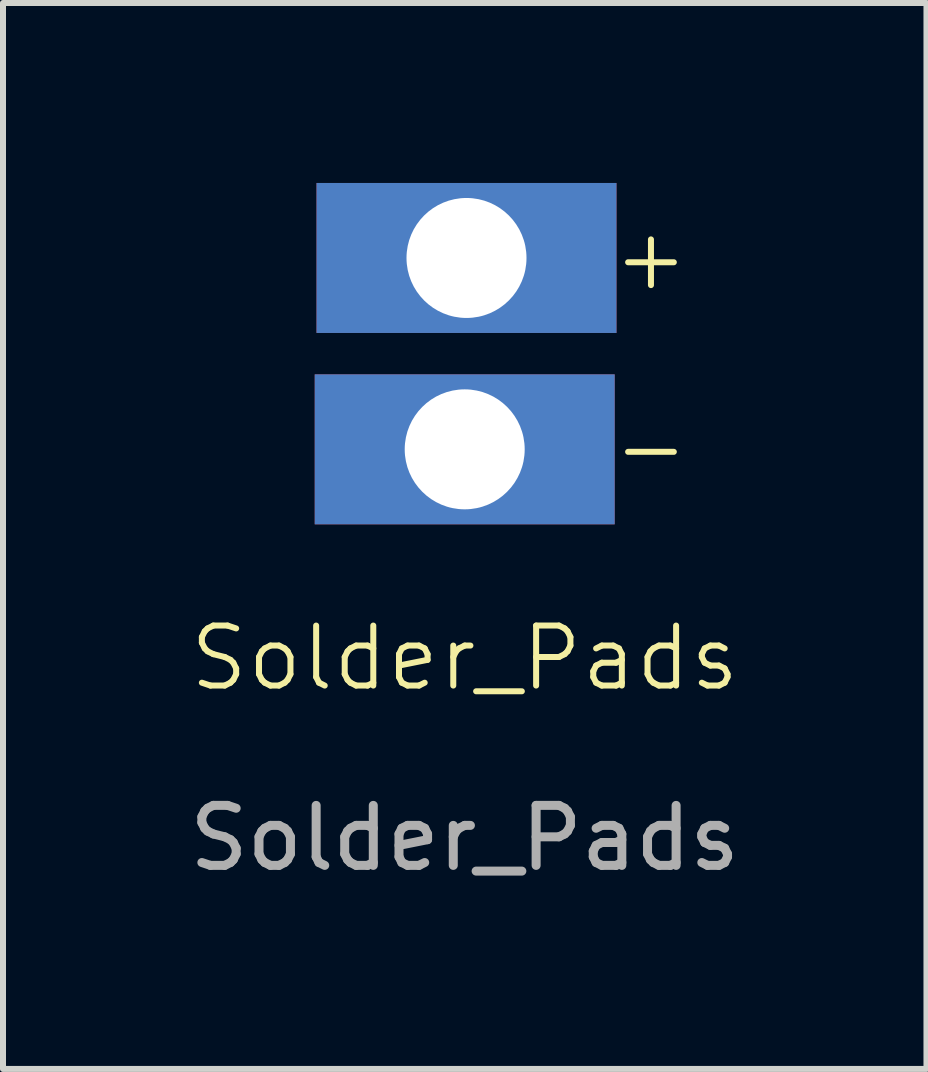
<source format=kicad_pcb>
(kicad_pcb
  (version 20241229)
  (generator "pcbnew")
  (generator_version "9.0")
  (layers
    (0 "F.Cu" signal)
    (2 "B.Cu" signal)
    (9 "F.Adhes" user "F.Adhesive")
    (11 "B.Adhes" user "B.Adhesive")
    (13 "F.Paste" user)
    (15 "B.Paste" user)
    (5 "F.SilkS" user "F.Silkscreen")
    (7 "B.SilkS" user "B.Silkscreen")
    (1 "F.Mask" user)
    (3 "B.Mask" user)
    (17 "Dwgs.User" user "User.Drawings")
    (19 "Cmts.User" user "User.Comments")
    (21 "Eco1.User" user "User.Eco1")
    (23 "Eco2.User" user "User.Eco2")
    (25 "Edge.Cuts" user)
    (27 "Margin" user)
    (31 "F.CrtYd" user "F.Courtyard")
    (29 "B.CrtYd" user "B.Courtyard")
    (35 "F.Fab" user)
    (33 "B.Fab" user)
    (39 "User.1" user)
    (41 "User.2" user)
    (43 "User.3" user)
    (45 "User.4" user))
  (footprint "Solder_Pads"
    (layer "F.Cu")
    (at 4.696 8.42)
    (property "Reference" "Solder_Pads" (at 0 -0.5 0) (unlocked yes) (layer "F.SilkS") (effects (font (size 1 1) (thickness 0.1))))
    (attr through_hole)
    (fp_text user "-" (at 2.42 -3.43 0) (unlocked yes) (layer "F.SilkS") (effects (font (size 1 1) (thickness 0.1)) (justify left bottom)))
    (fp_text user "+" (at 2.42 -6.59 0) (unlocked yes) (layer "F.SilkS") (effects (font (size 1 1) (thickness 0.1)) (justify left bottom)))
    (fp_text user "${REFERENCE}" (at 0 2.5 0) (unlocked yes) (layer "F.Fab") (effects (font (size 1 1) (thickness 0.15))))
    (pad "1" thru_hole rect (at 0.03 -7.17) (size 5 2.5) (drill 2) (layers "*.Cu" "*.Mask"))
    (pad "2" thru_hole rect (at 0 -3.98) (size 5 2.5) (drill 2) (layers "*.Cu" "*.Mask")))
  (gr_rect
    (start -3 -3)
    (end 12.393 14.768)
    (stroke (width 0.1) (type default))
    (fill no)
    (layer "Edge.Cuts")))
</source>
